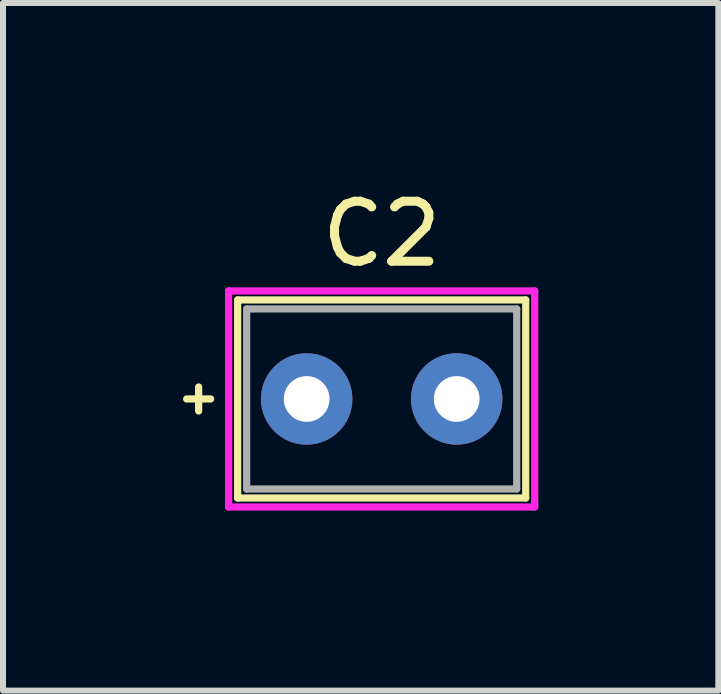
<source format=kicad_pcb>
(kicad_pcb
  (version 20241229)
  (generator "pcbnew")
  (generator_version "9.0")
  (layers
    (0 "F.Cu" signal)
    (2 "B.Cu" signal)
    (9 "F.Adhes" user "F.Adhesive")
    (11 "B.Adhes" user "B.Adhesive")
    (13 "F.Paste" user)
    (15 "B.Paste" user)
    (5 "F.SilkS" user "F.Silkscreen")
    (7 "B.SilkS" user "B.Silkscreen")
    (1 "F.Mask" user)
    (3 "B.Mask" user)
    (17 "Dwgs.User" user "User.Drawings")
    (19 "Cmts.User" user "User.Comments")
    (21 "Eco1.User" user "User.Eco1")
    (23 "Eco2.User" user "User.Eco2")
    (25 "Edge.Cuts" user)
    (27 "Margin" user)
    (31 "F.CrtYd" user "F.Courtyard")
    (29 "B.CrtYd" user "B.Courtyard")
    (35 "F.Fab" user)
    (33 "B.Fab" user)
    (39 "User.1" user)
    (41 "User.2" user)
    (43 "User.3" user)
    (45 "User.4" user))
  (footprint "C2"
    (layer "F.Cu")
    (at 2.06 3.598)
    (property "Reference" "C2" (at 1.25 -2.75 0) (layer "F.SilkS") (effects (font (size 1 1) (thickness 0.15))))
    (attr through_hole)
    (fp_line (start -2 0) (end -1.6 0) (stroke (width 0.12) (type solid)) (layer "F.SilkS"))
    (fp_line (start -1.8 -0.2) (end -1.8 0.2) (stroke (width 0.12) (type solid)) (layer "F.SilkS"))
    (fp_line (start -1.15 -1.65) (end 3.65 -1.65) (stroke (width 0.12) (type solid)) (layer "F.SilkS"))
    (fp_line (start -1.15 1.65) (end -1.15 -1.65) (stroke (width 0.12) (type solid)) (layer "F.SilkS"))
    (fp_line (start 3.65 -1.65) (end 3.65 1.65) (stroke (width 0.12) (type solid)) (layer "F.SilkS"))
    (fp_line (start 3.65 1.65) (end -1.15 1.65) (stroke (width 0.12) (type solid)) (layer "F.SilkS"))
    (fp_line (start -1.3 -1.8) (end 3.8 -1.8) (stroke (width 0.12) (type solid)) (layer "F.CrtYd"))
    (fp_line (start -1.3 1.8) (end -1.3 -1.8) (stroke (width 0.12) (type solid)) (layer "F.CrtYd"))
    (fp_line (start 3.8 -1.8) (end 3.8 1.8) (stroke (width 0.12) (type solid)) (layer "F.CrtYd"))
    (fp_line (start 3.8 1.8) (end -1.3 1.8) (stroke (width 0.12) (type solid)) (layer "F.CrtYd"))
    (fp_line (start -1 -1.5) (end -1 1.5) (stroke (width 0.12) (type solid)) (layer "F.Fab"))
    (fp_line (start -1 -1.5) (end 3.5 -1.5) (stroke (width 0.12) (type solid)) (layer "F.Fab"))
    (fp_line (start -1 1.5) (end 3.5 1.5) (stroke (width 0.12) (type solid)) (layer "F.Fab"))
    (fp_line (start 3.5 1.5) (end 3.5 -1.5) (stroke (width 0.12) (type solid)) (layer "F.Fab"))
    (pad "1" thru_hole circle (at 0 0) (size 1.524 1.524) (drill 0.762) (layers "*.Cu" "*.Mask"))
    (pad "2" thru_hole circle (at 2.5 0) (size 1.524 1.524) (drill 0.762) (layers "*.Cu" "*.Mask")))
  (gr_rect
    (start -3 -3)
    (end 8.92 8.458)
    (stroke (width 0.1) (type default))
    (fill no)
    (layer "Edge.Cuts")))
</source>
